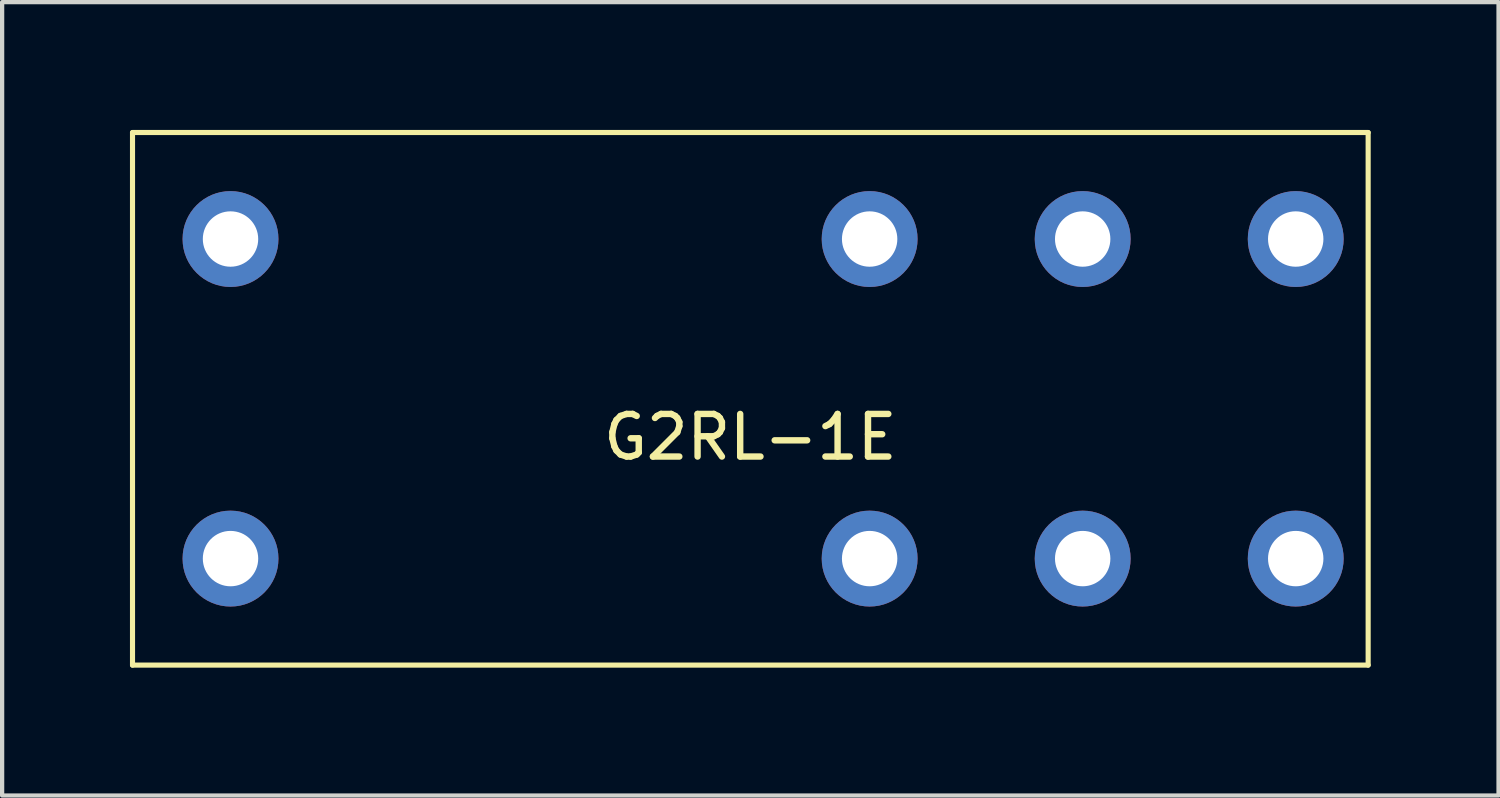
<source format=kicad_pcb>
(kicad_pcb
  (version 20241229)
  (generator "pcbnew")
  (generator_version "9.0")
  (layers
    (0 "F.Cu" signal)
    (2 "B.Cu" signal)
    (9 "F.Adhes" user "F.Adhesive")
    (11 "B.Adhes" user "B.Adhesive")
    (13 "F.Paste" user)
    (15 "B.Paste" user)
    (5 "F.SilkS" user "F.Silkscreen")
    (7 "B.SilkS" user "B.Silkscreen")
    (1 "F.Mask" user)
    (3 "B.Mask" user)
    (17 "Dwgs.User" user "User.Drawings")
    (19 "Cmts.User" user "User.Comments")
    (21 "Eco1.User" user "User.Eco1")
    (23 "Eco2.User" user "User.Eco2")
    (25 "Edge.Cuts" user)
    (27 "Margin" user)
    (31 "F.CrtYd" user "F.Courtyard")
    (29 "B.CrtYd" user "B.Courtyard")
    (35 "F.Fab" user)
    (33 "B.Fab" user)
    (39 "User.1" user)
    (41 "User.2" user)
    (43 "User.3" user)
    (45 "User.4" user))
  (footprint "G2RL-1E"
    (layer "F.Cu")
    (at 14.56 6.31)
    (property "Reference" "G2RL-1E" (at 0 0.9 0) (layer "F.SilkS") (effects (font (size 1 1) (thickness 0.15))))
    (attr through_hole)
    (fp_line (start -14.5 -6.25) (end -14.5 6.25) (stroke (width 0.12) (type solid)) (layer "F.SilkS"))
    (fp_line (start -14.5 6.25) (end 14.5 6.25) (stroke (width 0.12) (type solid)) (layer "F.SilkS"))
    (fp_line (start 14.5 -6.25) (end -14.5 -6.25) (stroke (width 0.12) (type solid)) (layer "F.SilkS"))
    (fp_line (start 14.5 6.25) (end 14.5 -6.25) (stroke (width 0.12) (type solid)) (layer "F.SilkS"))
    (pad "1" thru_hole circle (at -12.2 3.75) (size 2.25 2.25) (drill 1.3) (layers "*.Cu" "*.Mask"))
    (pad "2" thru_hole circle (at 2.8 -3.75) (size 2.25 2.25) (drill 1.3) (layers "*.Cu" "*.Mask"))
    (pad "2" thru_hole circle (at 2.8 3.75) (size 2.25 2.25) (drill 1.3) (layers "*.Cu" "*.Mask"))
    (pad "3" thru_hole circle (at 7.8 -3.75) (size 2.25 2.25) (drill 1.3) (layers "*.Cu" "*.Mask"))
    (pad "3" thru_hole circle (at 7.8 3.75) (size 2.25 2.25) (drill 1.3) (layers "*.Cu" "*.Mask"))
    (pad "4" thru_hole circle (at 12.8 -3.75) (size 2.25 2.25) (drill 1.3) (layers "*.Cu" "*.Mask"))
    (pad "4" thru_hole circle (at 12.8 3.75) (size 2.25 2.25) (drill 1.3) (layers "*.Cu" "*.Mask"))
    (pad "5" thru_hole circle (at -12.2 -3.75) (size 2.25 2.25) (drill 1.3) (layers "*.Cu" "*.Mask")))
  (gr_rect
    (start -3 -3)
    (end 32.12 15.62)
    (stroke (width 0.1) (type default))
    (fill no)
    (layer "Edge.Cuts")))
</source>
